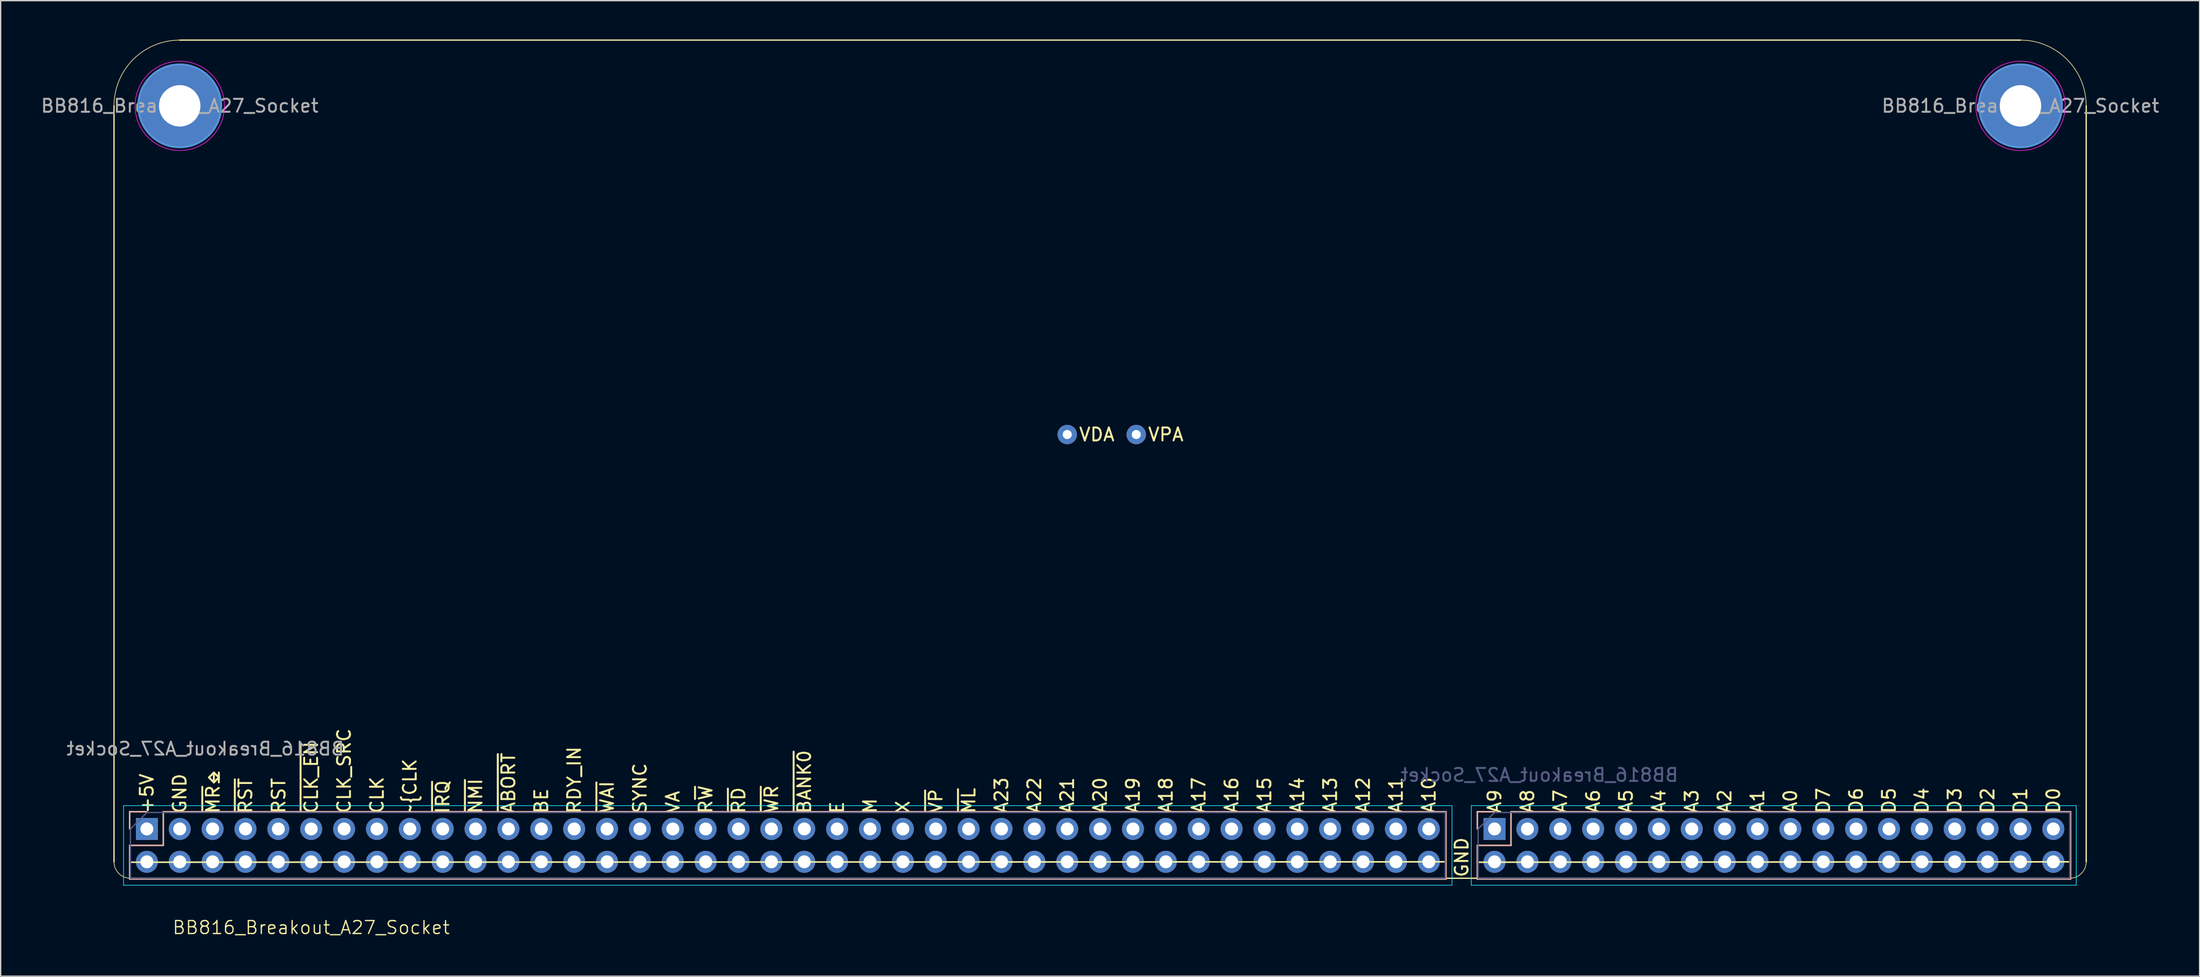
<source format=kicad_pcb>
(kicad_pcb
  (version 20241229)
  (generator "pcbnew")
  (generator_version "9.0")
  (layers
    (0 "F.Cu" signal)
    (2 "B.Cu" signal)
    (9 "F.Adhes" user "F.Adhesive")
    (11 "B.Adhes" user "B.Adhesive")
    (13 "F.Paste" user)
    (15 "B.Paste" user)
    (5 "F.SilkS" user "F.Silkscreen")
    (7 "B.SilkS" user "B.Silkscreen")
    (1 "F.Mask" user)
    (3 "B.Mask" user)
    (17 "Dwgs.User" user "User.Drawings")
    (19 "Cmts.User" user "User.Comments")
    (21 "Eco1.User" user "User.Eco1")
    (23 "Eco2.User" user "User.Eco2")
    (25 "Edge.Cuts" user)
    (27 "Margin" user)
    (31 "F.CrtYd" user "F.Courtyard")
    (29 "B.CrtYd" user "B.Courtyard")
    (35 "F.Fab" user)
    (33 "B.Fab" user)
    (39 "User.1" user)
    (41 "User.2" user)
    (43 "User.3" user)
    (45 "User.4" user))
  (footprint "BB816_Breakout_A27_Socket"
    (layer "F.Cu")
    (at 8.299 63.55)
    (property "Reference" "BB816_Breakout_A27_Socket" (at 12.7 5.08 0) (unlocked yes) (layer "F.SilkS") (effects (font (size 1 1) (thickness 0.1))))
    (attr through_hole)
    (fp_line (start -2.54 0) (end -2.54 -58.42) (stroke (width 0.1) (type solid)) (layer "F.SilkS"))
    (fp_line (start 2.54 -63.5) (end 144.78 -63.5) (stroke (width 0.1) (type solid)) (layer "F.SilkS"))
    (fp_line (start 100.33 0) (end -1.33 0.03) (stroke (width 0.12) (type solid)) (layer "F.SilkS"))
    (fp_line (start 148.59 1.27) (end -1.27 1.27) (stroke (width 0.1) (type solid)) (layer "F.SilkS"))
    (fp_line (start 148.65 0) (end 102.81 0.03) (stroke (width 0.12) (type solid)) (layer "F.SilkS"))
    (fp_line (start 149.86 -58.42) (end 149.86 0) (stroke (width 0.1) (type solid)) (layer "F.SilkS"))
    (fp_arc (start -2.54 -58.42) (mid -1.052102 -62.012102) (end 2.54 -63.5) (stroke (width 0.05) (type solid)) (layer "F.SilkS"))
    (fp_arc (start -1.27 1.27) (mid -2.168026 0.898026) (end -2.54 0) (stroke (width 0.05) (type solid)) (layer "F.SilkS"))
    (fp_arc (start 144.78 -63.5) (mid 148.372102 -62.012102) (end 149.86 -58.42) (stroke (width 0.05) (type solid)) (layer "F.SilkS"))
    (fp_arc (start 149.86 0) (mid 149.488026 0.898026) (end 148.59 1.27) (stroke (width 0.05) (type solid)) (layer "F.SilkS"))
    (fp_line (start -1.33 -3.87) (end -1.33 -2.54) (stroke (width 0.12) (type solid)) (layer "B.SilkS"))
    (fp_line (start -1.33 -1.27) (end -1.33 1.33) (stroke (width 0.12) (type solid)) (layer "B.SilkS"))
    (fp_line (start -1.33 1.33) (end 100.39 1.33) (stroke (width 0.12) (type solid)) (layer "B.SilkS"))
    (fp_line (start 0 -3.87) (end -1.33 -3.87) (stroke (width 0.12) (type solid)) (layer "B.SilkS"))
    (fp_line (start 1.27 -3.87) (end 1.27 -1.27) (stroke (width 0.12) (type solid)) (layer "B.SilkS"))
    (fp_line (start 1.27 -3.87) (end 100.39 -3.87) (stroke (width 0.12) (type solid)) (layer "B.SilkS"))
    (fp_line (start 1.27 -1.27) (end -1.33 -1.27) (stroke (width 0.12) (type solid)) (layer "B.SilkS"))
    (fp_line (start 100.39 -3.87) (end 100.39 1.33) (stroke (width 0.12) (type solid)) (layer "B.SilkS"))
    (fp_line (start 102.81 -3.87) (end 102.81 -2.54) (stroke (width 0.12) (type solid)) (layer "B.SilkS"))
    (fp_line (start 102.81 -1.27) (end 102.81 1.33) (stroke (width 0.12) (type solid)) (layer "B.SilkS"))
    (fp_line (start 102.81 1.33) (end 148.65 1.33) (stroke (width 0.12) (type solid)) (layer "B.SilkS"))
    (fp_line (start 104.14 -3.87) (end 102.81 -3.87) (stroke (width 0.12) (type solid)) (layer "B.SilkS"))
    (fp_line (start 105.41 -3.87) (end 105.41 -1.27) (stroke (width 0.12) (type solid)) (layer "B.SilkS"))
    (fp_line (start 105.41 -3.87) (end 148.65 -3.87) (stroke (width 0.12) (type solid)) (layer "B.SilkS"))
    (fp_line (start 105.41 -1.27) (end 102.81 -1.27) (stroke (width 0.12) (type solid)) (layer "B.SilkS"))
    (fp_line (start 148.65 -3.87) (end 148.65 1.33) (stroke (width 0.12) (type solid)) (layer "B.SilkS"))
    (fp_circle (center 2.54 -58.42) (end 5.74 -58.42) (stroke (width 0.15) (type solid)) (fill no) (layer "Cmts.User"))
    (fp_circle (center 144.78 -58.42) (end 147.98 -58.42) (stroke (width 0.15) (type solid)) (fill no) (layer "Cmts.User"))
    (fp_line (start -1.8 -4.34) (end 100.85 -4.34) (stroke (width 0.05) (type solid)) (layer "B.CrtYd"))
    (fp_line (start -1.8 1.81) (end -1.8 -4.34) (stroke (width 0.05) (type solid)) (layer "B.CrtYd"))
    (fp_line (start 100.85 -4.34) (end 100.85 1.81) (stroke (width 0.05) (type solid)) (layer "B.CrtYd"))
    (fp_line (start 100.85 1.81) (end -1.8 1.81) (stroke (width 0.05) (type solid)) (layer "B.CrtYd"))
    (fp_line (start 102.34 -4.34) (end 149.09 -4.34) (stroke (width 0.05) (type solid)) (layer "B.CrtYd"))
    (fp_line (start 102.34 1.81) (end 102.34 -4.34) (stroke (width 0.05) (type solid)) (layer "B.CrtYd"))
    (fp_line (start 149.09 -4.34) (end 149.09 1.81) (stroke (width 0.05) (type solid)) (layer "B.CrtYd"))
    (fp_line (start 149.09 1.81) (end 102.34 1.81) (stroke (width 0.05) (type solid)) (layer "B.CrtYd"))
    (fp_circle (center 2.54 -58.42) (end 5.99 -58.42) (stroke (width 0.05) (type solid)) (fill no) (layer "F.CrtYd"))
    (fp_circle (center 144.78 -58.42) (end 148.23 -58.42) (stroke (width 0.05) (type solid)) (fill no) (layer "F.CrtYd"))
    (fp_line (start -1.27 -2.54) (end -1.27 1.27) (stroke (width 0.1) (type solid)) (layer "B.Fab"))
    (fp_line (start -1.27 1.27) (end 100.33 1.27) (stroke (width 0.1) (type solid)) (layer "B.Fab"))
    (fp_line (start 0 -3.81) (end -1.27 -2.54) (stroke (width 0.1) (type solid)) (layer "B.Fab"))
    (fp_line (start 100.33 -3.81) (end 0 -3.81) (stroke (width 0.1) (type solid)) (layer "B.Fab"))
    (fp_line (start 100.33 1.27) (end 100.33 -3.81) (stroke (width 0.1) (type solid)) (layer "B.Fab"))
    (fp_line (start 102.87 -2.54) (end 102.87 1.27) (stroke (width 0.1) (type solid)) (layer "B.Fab"))
    (fp_line (start 102.87 1.27) (end 148.59 1.27) (stroke (width 0.1) (type solid)) (layer "B.Fab"))
    (fp_line (start 104.14 -3.81) (end 102.87 -2.54) (stroke (width 0.1) (type solid)) (layer "B.Fab"))
    (fp_line (start 148.59 -3.81) (end 104.14 -3.81) (stroke (width 0.1) (type solid)) (layer "B.Fab"))
    (fp_line (start 148.59 1.27) (end 148.59 -3.81) (stroke (width 0.1) (type solid)) (layer "B.Fab"))
    (fp_text user "A20" (at 73.66 -3.658 90) (unlocked yes) (layer "F.SilkS") (effects (font (size 1 1) (thickness 0.15)) (justify left)))
    (fp_text user "A16" (at 83.82 -3.668 90) (unlocked yes) (layer "F.SilkS") (effects (font (size 1 1) (thickness 0.15)) (justify left)))
    (fp_text user "A3" (at 119.38 -3.668 90) (unlocked yes) (layer "F.SilkS") (effects (font (size 1 1) (thickness 0.15)) (justify left)))
    (fp_text user "~{MR}⎒" (at 5.105 -3.658 90) (unlocked yes) (layer "F.SilkS") (effects (font (size 1 1) (thickness 0.15)) (justify left)))
    (fp_text user "A15" (at 86.36 -3.668 90) (unlocked yes) (layer "F.SilkS") (effects (font (size 1 1) (thickness 0.15)) (justify left)))
    (fp_text user "+5V" (at 0 -3.658 90) (unlocked yes) (layer "F.SilkS") (effects (font (size 1 1) (thickness 0.15)) (justify left)))
    (fp_text user "BE" (at 30.48 -3.658 90) (unlocked yes) (layer "F.SilkS") (effects (font (size 1 1) (thickness 0.15)) (justify left)))
    (fp_text user "~{BANK0}" (at 50.8 -3.658 90) (unlocked yes) (layer "F.SilkS") (effects (font (size 1 1) (thickness 0.15)) (justify left)))
    (fp_text user "A14" (at 88.9 -3.668 90) (unlocked yes) (layer "F.SilkS") (effects (font (size 1 1) (thickness 0.15)) (justify left)))
    (fp_text user "~{RST}" (at 7.62 -3.658 90) (unlocked yes) (layer "F.SilkS") (effects (font (size 1 1) (thickness 0.15)) (justify left)))
    (fp_text user "VA" (at 40.64 -3.658 90) (unlocked yes) (layer "F.SilkS") (effects (font (size 1 1) (thickness 0.15)) (justify left)))
    (fp_text user "A1" (at 124.46 -3.668 90) (unlocked yes) (layer "F.SilkS") (effects (font (size 1 1) (thickness 0.15)) (justify left)))
    (fp_text user "GND" (at 101.6 1.27 90) (unlocked yes) (layer "F.SilkS") (effects (font (size 1 1) (thickness 0.15)) (justify left)))
    (fp_text user "CLK_SRC" (at 15.24 -3.668 90) (unlocked yes) (layer "F.SilkS") (effects (font (size 1 1) (thickness 0.15)) (justify left)))
    (fp_text user "D6" (at 132.08 -3.668 90) (unlocked yes) (layer "F.SilkS") (effects (font (size 1 1) (thickness 0.15)) (justify left)))
    (fp_text user "~{VP}" (at 60.96 -3.658 90) (unlocked yes) (layer "F.SilkS") (effects (font (size 1 1) (thickness 0.15)) (justify left)))
    (fp_text user "D3" (at 139.7 -3.668 90) (unlocked yes) (layer "F.SilkS") (effects (font (size 1 1) (thickness 0.15)) (justify left)))
    (fp_text user "~{WAI}" (at 35.56 -3.658 90) (unlocked yes) (layer "F.SilkS") (effects (font (size 1 1) (thickness 0.15)) (justify left)))
    (fp_text user "A8" (at 106.68 -3.668 90) (unlocked yes) (layer "F.SilkS") (effects (font (size 1 1) (thickness 0.15)) (justify left)))
    (fp_text user "A19" (at 76.2 -3.658 90) (unlocked yes) (layer "F.SilkS") (effects (font (size 1 1) (thickness 0.15)) (justify left)))
    (fp_text user "~{NMI}" (at 25.4 -3.658 90) (unlocked yes) (layer "F.SilkS") (effects (font (size 1 1) (thickness 0.15)) (justify left)))
    (fp_text user "~{CLK" (at 20.32 -3.658 90) (unlocked yes) (layer "F.SilkS") (effects (font (size 1 1) (thickness 0.15)) (justify left)))
    (fp_text user "X" (at 58.42 -3.658 90) (unlocked yes) (layer "F.SilkS") (effects (font (size 1 1) (thickness 0.15)) (justify left)))
    (fp_text user "VPA" (at 78.74 -33.02 0) (unlocked yes) (layer "F.SilkS") (effects (font (size 1 1) (thickness 0.15))))
    (fp_text user "A13" (at 91.44 -3.668 90) (unlocked yes) (layer "F.SilkS") (effects (font (size 1 1) (thickness 0.15)) (justify left)))
    (fp_text user "D7" (at 129.54 -3.668 90) (unlocked yes) (layer "F.SilkS") (effects (font (size 1 1) (thickness 0.15)) (justify left)))
    (fp_text user "A11" (at 96.52 -3.668 90) (unlocked yes) (layer "F.SilkS") (effects (font (size 1 1) (thickness 0.15)) (justify left)))
    (fp_text user "A5" (at 114.3 -3.668 90) (unlocked yes) (layer "F.SilkS") (effects (font (size 1 1) (thickness 0.15)) (justify left)))
    (fp_text user "A23" (at 66.04 -3.658 90) (unlocked yes) (layer "F.SilkS") (effects (font (size 1 1) (thickness 0.15)) (justify left)))
    (fp_text user "A2" (at 121.92 -3.668 90) (unlocked yes) (layer "F.SilkS") (effects (font (size 1 1) (thickness 0.15)) (justify left)))
    (fp_text user "A7" (at 109.22 -3.668 90) (unlocked yes) (layer "F.SilkS") (effects (font (size 1 1) (thickness 0.15)) (justify left)))
    (fp_text user "D0" (at 147.32 -3.668 90) (unlocked yes) (layer "F.SilkS") (effects (font (size 1 1) (thickness 0.15)) (justify left)))
    (fp_text user "RDY_IN" (at 33.02 -3.658 90) (unlocked yes) (layer "F.SilkS") (effects (font (size 1 1) (thickness 0.15)) (justify left)))
    (fp_text user "A6" (at 111.76 -3.668 90) (unlocked yes) (layer "F.SilkS") (effects (font (size 1 1) (thickness 0.15)) (justify left)))
    (fp_text user "A4" (at 116.84 -3.668 90) (unlocked yes) (layer "F.SilkS") (effects (font (size 1 1) (thickness 0.15)) (justify left)))
    (fp_text user "CLK" (at 17.78 -3.658 90) (unlocked yes) (layer "F.SilkS") (effects (font (size 1 1) (thickness 0.15)) (justify left)))
    (fp_text user "~{RD}" (at 45.72 -3.658 90) (unlocked yes) (layer "F.SilkS") (effects (font (size 1 1) (thickness 0.15)) (justify left)))
    (fp_text user "GND" (at 2.54 -3.658 90) (unlocked yes) (layer "F.SilkS") (effects (font (size 1 1) (thickness 0.15)) (justify left)))
    (fp_text user "M" (at 55.88 -3.658 90) (unlocked yes) (layer "F.SilkS") (effects (font (size 1 1) (thickness 0.15)) (justify left)))
    (fp_text user "A18" (at 78.74 -3.658 90) (unlocked yes) (layer "F.SilkS") (effects (font (size 1 1) (thickness 0.15)) (justify left)))
    (fp_text user "A0" (at 127 -3.668 90) (unlocked yes) (layer "F.SilkS") (effects (font (size 1 1) (thickness 0.15)) (justify left)))
    (fp_text user "A21" (at 71.12 -3.658 90) (unlocked yes) (layer "F.SilkS") (effects (font (size 1 1) (thickness 0.15)) (justify left)))
    (fp_text user "A22" (at 68.58 -3.658 90) (unlocked yes) (layer "F.SilkS") (effects (font (size 1 1) (thickness 0.15)) (justify left)))
    (fp_text user "VDA" (at 73.406 -33.02 0) (unlocked yes) (layer "F.SilkS") (effects (font (size 1 1) (thickness 0.15))))
    (fp_text user "SYNC" (at 38.1 -3.658 90) (unlocked yes) (layer "F.SilkS") (effects (font (size 1 1) (thickness 0.15)) (justify left)))
    (fp_text user "A10" (at 99.06 -3.668 90) (unlocked yes) (layer "F.SilkS") (effects (font (size 1 1) (thickness 0.15)) (justify left)))
    (fp_text user "D1\n" (at 144.78 -3.668 90) (unlocked yes) (layer "F.SilkS") (effects (font (size 1 1) (thickness 0.15)) (justify left)))
    (fp_text user "~{ABORT}" (at 27.94 -3.658 90) (unlocked yes) (layer "F.SilkS") (effects (font (size 1 1) (thickness 0.15)) (justify left)))
    (fp_text user "R~{W}" (at 43.18 -3.658 90) (unlocked yes) (layer "F.SilkS") (effects (font (size 1 1) (thickness 0.15)) (justify left)))
    (fp_text user "D5" (at 134.62 -3.668 90) (unlocked yes) (layer "F.SilkS") (effects (font (size 1 1) (thickness 0.15)) (justify left)))
    (fp_text user "D4" (at 137.16 -3.668 90) (unlocked yes) (layer "F.SilkS") (effects (font (size 1 1) (thickness 0.15)) (justify left)))
    (fp_text user "D2" (at 142.24 -3.668 90) (unlocked yes) (layer "F.SilkS") (effects (font (size 1 1) (thickness 0.15)) (justify left)))
    (fp_text user "A17" (at 81.28 -3.668 90) (unlocked yes) (layer "F.SilkS") (effects (font (size 1 1) (thickness 0.15)) (justify left)))
    (fp_text user "~{IRQ}" (at 22.86 -3.658 90) (unlocked yes) (layer "F.SilkS") (effects (font (size 1 1) (thickness 0.15)) (justify left)))
    (fp_text user "A12" (at 93.98 -3.668 90) (unlocked yes) (layer "F.SilkS") (effects (font (size 1 1) (thickness 0.15)) (justify left)))
    (fp_text user "~{CLK_EN}" (at 12.7 -3.658 90) (unlocked yes) (layer "F.SilkS") (effects (font (size 1 1) (thickness 0.15)) (justify left)))
    (fp_text user "A9" (at 104.14 -3.668 90) (unlocked yes) (layer "F.SilkS") (effects (font (size 1 1) (thickness 0.15)) (justify left)))
    (fp_text user "E" (at 53.34 -3.658 90) (unlocked yes) (layer "F.SilkS") (effects (font (size 1 1) (thickness 0.15)) (justify left)))
    (fp_text user "~{WR}" (at 48.26 -3.658 90) (unlocked yes) (layer "F.SilkS") (effects (font (size 1 1) (thickness 0.15)) (justify left)))
    (fp_text user "~{ML}" (at 63.5 -3.658 90) (unlocked yes) (layer "F.SilkS") (effects (font (size 1 1) (thickness 0.15)) (justify left)))
    (fp_text user "RST" (at 10.185 -3.658 90) (unlocked yes) (layer "F.SilkS") (effects (font (size 1 1) (thickness 0.15)) (justify left)))
    (fp_text user "${REFERENCE}" (at 107.61 -6.71 0) (layer "B.Fab") (effects (font (size 1 1) (thickness 0.15)) (justify mirror)))
    (fp_text user "${REFERENCE}" (at 4.52 -8.74 0) (unlocked yes) (layer "F.Fab") (effects (font (size 1 1) (thickness 0.15)) (justify mirror)))
    (fp_text user "${REFERENCE}" (at 144.78 -58.42 0) (layer "F.Fab") (effects (font (size 1 1) (thickness 0.15))))
    (fp_text user "${REFERENCE}" (at 2.54 -58.42 0) (layer "F.Fab") (effects (font (size 1 1) (thickness 0.15))))
    (pad "a1" thru_hole oval (at 0 0 270) (size 1.7 1.7) (drill 1) (layers "*.Cu" "*.Mask"))
    (pad "a2" thru_hole oval (at 2.54 0 270) (size 1.7 1.7) (drill 1) (layers "*.Cu" "*.Mask"))
    (pad "a3" thru_hole oval (at 5.08 0 270) (size 1.7 1.7) (drill 1) (layers "*.Cu" "*.Mask"))
    (pad "a4" thru_hole oval (at 7.62 0 270) (size 1.7 1.7) (drill 1) (layers "*.Cu" "*.Mask"))
    (pad "a5" thru_hole oval (at 10.16 0 270) (size 1.7 1.7) (drill 1) (layers "*.Cu" "*.Mask"))
    (pad "a6" thru_hole oval (at 12.7 0 270) (size 1.7 1.7) (drill 1) (layers "*.Cu" "*.Mask"))
    (pad "a7" thru_hole oval (at 15.24 0 270) (size 1.7 1.7) (drill 1) (layers "*.Cu" "*.Mask"))
    (pad "a8" thru_hole oval (at 17.78 0 270) (size 1.7 1.7) (drill 1) (layers "*.Cu" "*.Mask"))
    (pad "a9" thru_hole oval (at 20.32 0 270) (size 1.7 1.7) (drill 1) (layers "*.Cu" "*.Mask"))
    (pad "a10" thru_hole oval (at 22.86 0 270) (size 1.7 1.7) (drill 1) (layers "*.Cu" "*.Mask"))
    (pad "a11" thru_hole oval (at 25.4 0 270) (size 1.7 1.7) (drill 1) (layers "*.Cu" "*.Mask"))
    (pad "a12" thru_hole oval (at 27.94 0 270) (size 1.7 1.7) (drill 1) (layers "*.Cu" "*.Mask"))
    (pad "a13" thru_hole oval (at 30.48 0 270) (size 1.7 1.7) (drill 1) (layers "*.Cu" "*.Mask"))
    (pad "a14" thru_hole oval (at 33.02 0 270) (size 1.7 1.7) (drill 1) (layers "*.Cu" "*.Mask"))
    (pad "a15" thru_hole oval (at 35.56 0 270) (size 1.7 1.7) (drill 1) (layers "*.Cu" "*.Mask"))
    (pad "a16" thru_hole oval (at 38.1 0 270) (size 1.7 1.7) (drill 1) (layers "*.Cu" "*.Mask"))
    (pad "a17" thru_hole oval (at 40.64 0 270) (size 1.7 1.7) (drill 1) (layers "*.Cu" "*.Mask"))
    (pad "a18" thru_hole oval (at 43.18 0 270) (size 1.7 1.7) (drill 1) (layers "*.Cu" "*.Mask"))
    (pad "a19" thru_hole oval (at 45.72 0 270) (size 1.7 1.7) (drill 1) (layers "*.Cu" "*.Mask"))
    (pad "a20" thru_hole oval (at 48.26 0 270) (size 1.7 1.7) (drill 1) (layers "*.Cu" "*.Mask"))
    (pad "a21" thru_hole oval (at 50.8 0 270) (size 1.7 1.7) (drill 1) (layers "*.Cu" "*.Mask"))
    (pad "a22" thru_hole oval (at 53.34 0 270) (size 1.7 1.7) (drill 1) (layers "*.Cu" "*.Mask"))
    (pad "a23" thru_hole oval (at 55.88 0 270) (size 1.7 1.7) (drill 1) (layers "*.Cu" "*.Mask"))
    (pad "a24" thru_hole oval (at 58.42 0 270) (size 1.7 1.7) (drill 1) (layers "*.Cu" "*.Mask"))
    (pad "a25" thru_hole oval (at 60.96 0 270) (size 1.7 1.7) (drill 1) (layers "*.Cu" "*.Mask"))
    (pad "a26" thru_hole oval (at 63.5 0 270) (size 1.7 1.7) (drill 1) (layers "*.Cu" "*.Mask"))
    (pad "a27" thru_hole oval (at 66.04 0 270) (size 1.7 1.7) (drill 1) (layers "*.Cu" "*.Mask"))
    (pad "a28" thru_hole oval (at 68.58 0 270) (size 1.7 1.7) (drill 1) (layers "*.Cu" "*.Mask"))
    (pad "a29" thru_hole oval (at 71.12 0 270) (size 1.7 1.7) (drill 1) (layers "*.Cu" "*.Mask"))
    (pad "a30" thru_hole oval (at 73.66 0 270) (size 1.7 1.7) (drill 1) (layers "*.Cu" "*.Mask"))
    (pad "a31" thru_hole oval (at 76.2 0 270) (size 1.7 1.7) (drill 1) (layers "*.Cu" "*.Mask"))
    (pad "a32" thru_hole oval (at 78.74 0 270) (size 1.7 1.7) (drill 1) (layers "*.Cu" "*.Mask"))
    (pad "a33" thru_hole oval (at 81.28 0 270) (size 1.7 1.7) (drill 1) (layers "*.Cu" "*.Mask"))
    (pad "a34" thru_hole oval (at 83.82 0 270) (size 1.7 1.7) (drill 1) (layers "*.Cu" "*.Mask"))
    (pad "a35" thru_hole oval (at 86.36 0 270) (size 1.7 1.7) (drill 1) (layers "*.Cu" "*.Mask"))
    (pad "a36" thru_hole oval (at 88.9 0 270) (size 1.7 1.7) (drill 1) (layers "*.Cu" "*.Mask"))
    (pad "a37" thru_hole oval (at 91.44 0 270) (size 1.7 1.7) (drill 1) (layers "*.Cu" "*.Mask"))
    (pad "a38" thru_hole oval (at 93.98 0 270) (size 1.7 1.7) (drill 1) (layers "*.Cu" "*.Mask"))
    (pad "a39" thru_hole oval (at 96.52 0 270) (size 1.7 1.7) (drill 1) (layers "*.Cu" "*.Mask"))
    (pad "a40" thru_hole oval (at 99.06 0 270) (size 1.7 1.7) (drill 1) (layers "*.Cu" "*.Mask"))
    (pad "a41" thru_hole oval (at 104.14 0 270) (size 1.7 1.7) (drill 1) (layers "*.Cu" "*.Mask"))
    (pad "a42" thru_hole oval (at 106.68 0 270) (size 1.7 1.7) (drill 1) (layers "*.Cu" "*.Mask"))
    (pad "a43" thru_hole oval (at 109.22 0 270) (size 1.7 1.7) (drill 1) (layers "*.Cu" "*.Mask"))
    (pad "a44" thru_hole oval (at 111.76 0 270) (size 1.7 1.7) (drill 1) (layers "*.Cu" "*.Mask"))
    (pad "a45" thru_hole oval (at 114.3 0 270) (size 1.7 1.7) (drill 1) (layers "*.Cu" "*.Mask"))
    (pad "a46" thru_hole oval (at 116.84 0 270) (size 1.7 1.7) (drill 1) (layers "*.Cu" "*.Mask"))
    (pad "a47" thru_hole oval (at 119.38 0 270) (size 1.7 1.7) (drill 1) (layers "*.Cu" "*.Mask"))
    (pad "a48" thru_hole oval (at 121.92 0 270) (size 1.7 1.7) (drill 1) (layers "*.Cu" "*.Mask"))
    (pad "a49" thru_hole oval (at 124.46 0 270) (size 1.7 1.7) (drill 1) (layers "*.Cu" "*.Mask"))
    (pad "a50" thru_hole oval (at 127 0 270) (size 1.7 1.7) (drill 1) (layers "*.Cu" "*.Mask"))
    (pad "a51" thru_hole oval (at 129.54 0 270) (size 1.7 1.7) (drill 1) (layers "*.Cu" "*.Mask"))
    (pad "a52" thru_hole oval (at 132.08 0 270) (size 1.7 1.7) (drill 1) (layers "*.Cu" "*.Mask"))
    (pad "a53" thru_hole oval (at 134.62 0 270) (size 1.7 1.7) (drill 1) (layers "*.Cu" "*.Mask"))
    (pad "a54" thru_hole oval (at 137.16 0 270) (size 1.7 1.7) (drill 1) (layers "*.Cu" "*.Mask"))
    (pad "a55" thru_hole oval (at 139.7 0 270) (size 1.7 1.7) (drill 1) (layers "*.Cu" "*.Mask"))
    (pad "a56" thru_hole oval (at 142.24 0 270) (size 1.7 1.7) (drill 1) (layers "*.Cu" "*.Mask"))
    (pad "a57" thru_hole oval (at 144.78 0 270) (size 1.7 1.7) (drill 1) (layers "*.Cu" "*.Mask"))
    (pad "a58" thru_hole oval (at 147.32 0 270) (size 1.7 1.7) (drill 1) (layers "*.Cu" "*.Mask"))
    (pad "b1" thru_hole rect (at 0 -2.54 270) (size 1.7 1.7) (drill 1) (layers "*.Cu" "*.Mask"))
    (pad "b2" thru_hole oval (at 2.54 -2.54 270) (size 1.7 1.7) (drill 1) (layers "*.Cu" "*.Mask"))
    (pad "b3" thru_hole oval (at 5.08 -2.54 270) (size 1.7 1.7) (drill 1) (layers "*.Cu" "*.Mask"))
    (pad "b4" thru_hole oval (at 7.62 -2.54 270) (size 1.7 1.7) (drill 1) (layers "*.Cu" "*.Mask"))
    (pad "b5" thru_hole oval (at 10.16 -2.54 270) (size 1.7 1.7) (drill 1) (layers "*.Cu" "*.Mask"))
    (pad "b6" thru_hole oval (at 12.7 -2.54 270) (size 1.7 1.7) (drill 1) (layers "*.Cu" "*.Mask"))
    (pad "b7" thru_hole oval (at 15.24 -2.54 270) (size 1.7 1.7) (drill 1) (layers "*.Cu" "*.Mask"))
    (pad "b8" thru_hole oval (at 17.78 -2.54 270) (size 1.7 1.7) (drill 1) (layers "*.Cu" "*.Mask"))
    (pad "b9" thru_hole oval (at 20.32 -2.54 270) (size 1.7 1.7) (drill 1) (layers "*.Cu" "*.Mask"))
    (pad "b10" thru_hole oval (at 22.86 -2.54 270) (size 1.7 1.7) (drill 1) (layers "*.Cu" "*.Mask"))
    (pad "b11" thru_hole oval (at 25.4 -2.54 270) (size 1.7 1.7) (drill 1) (layers "*.Cu" "*.Mask"))
    (pad "b12" thru_hole oval (at 27.94 -2.54 270) (size 1.7 1.7) (drill 1) (layers "*.Cu" "*.Mask"))
    (pad "b13" thru_hole oval (at 30.48 -2.54 270) (size 1.7 1.7) (drill 1) (layers "*.Cu" "*.Mask"))
    (pad "b14" thru_hole oval (at 33.02 -2.54 270) (size 1.7 1.7) (drill 1) (layers "*.Cu" "*.Mask"))
    (pad "b15" thru_hole oval (at 35.56 -2.54 270) (size 1.7 1.7) (drill 1) (layers "*.Cu" "*.Mask"))
    (pad "b16" thru_hole oval (at 38.1 -2.54 270) (size 1.7 1.7) (drill 1) (layers "*.Cu" "*.Mask"))
    (pad "b17" thru_hole oval (at 40.64 -2.54 270) (size 1.7 1.7) (drill 1) (layers "*.Cu" "*.Mask"))
    (pad "b18" thru_hole oval (at 43.18 -2.54 270) (size 1.7 1.7) (drill 1) (layers "*.Cu" "*.Mask"))
    (pad "b19" thru_hole oval (at 45.72 -2.54 270) (size 1.7 1.7) (drill 1) (layers "*.Cu" "*.Mask"))
    (pad "b20" thru_hole oval (at 48.26 -2.54 270) (size 1.7 1.7) (drill 1) (layers "*.Cu" "*.Mask"))
    (pad "b21" thru_hole oval (at 50.8 -2.54 270) (size 1.7 1.7) (drill 1) (layers "*.Cu" "*.Mask"))
    (pad "b22" thru_hole oval (at 53.34 -2.54 270) (size 1.7 1.7) (drill 1) (layers "*.Cu" "*.Mask"))
    (pad "b23" thru_hole oval (at 55.88 -2.54 270) (size 1.7 1.7) (drill 1) (layers "*.Cu" "*.Mask"))
    (pad "b24" thru_hole oval (at 58.42 -2.54 270) (size 1.7 1.7) (drill 1) (layers "*.Cu" "*.Mask"))
    (pad "b25" thru_hole oval (at 60.96 -2.54 270) (size 1.7 1.7) (drill 1) (layers "*.Cu" "*.Mask"))
    (pad "b26" thru_hole oval (at 63.5 -2.54 270) (size 1.7 1.7) (drill 1) (layers "*.Cu" "*.Mask"))
    (pad "b27" thru_hole oval (at 66.04 -2.54 270) (size 1.7 1.7) (drill 1) (layers "*.Cu" "*.Mask"))
    (pad "b28" thru_hole oval (at 68.58 -2.54 270) (size 1.7 1.7) (drill 1) (layers "*.Cu" "*.Mask"))
    (pad "b29" thru_hole oval (at 71.12 -2.54 270) (size 1.7 1.7) (drill 1) (layers "*.Cu" "*.Mask"))
    (pad "b30" thru_hole oval (at 73.66 -2.54 270) (size 1.7 1.7) (drill 1) (layers "*.Cu" "*.Mask"))
    (pad "b31" thru_hole oval (at 76.2 -2.54 270) (size 1.7 1.7) (drill 1) (layers "*.Cu" "*.Mask"))
    (pad "b32" thru_hole oval (at 78.74 -2.54 270) (size 1.7 1.7) (drill 1) (layers "*.Cu" "*.Mask"))
    (pad "b33" thru_hole oval (at 81.28 -2.54 270) (size 1.7 1.7) (drill 1) (layers "*.Cu" "*.Mask"))
    (pad "b34" thru_hole oval (at 83.82 -2.54 270) (size 1.7 1.7) (drill 1) (layers "*.Cu" "*.Mask"))
    (pad "b35" thru_hole oval (at 86.36 -2.54 270) (size 1.7 1.7) (drill 1) (layers "*.Cu" "*.Mask"))
    (pad "b36" thru_hole oval (at 88.9 -2.54 270) (size 1.7 1.7) (drill 1) (layers "*.Cu" "*.Mask"))
    (pad "b37" thru_hole oval (at 91.44 -2.54 270) (size 1.7 1.7) (drill 1) (layers "*.Cu" "*.Mask"))
    (pad "b38" thru_hole oval (at 93.98 -2.54 270) (size 1.7 1.7) (drill 1) (layers "*.Cu" "*.Mask"))
    (pad "b39" thru_hole oval (at 96.52 -2.54 270) (size 1.7 1.7) (drill 1) (layers "*.Cu" "*.Mask"))
    (pad "b40" thru_hole oval (at 99.06 -2.54 270) (size 1.7 1.7) (drill 1) (layers "*.Cu" "*.Mask"))
    (pad "b41" thru_hole rect (at 104.14 -2.54 270) (size 1.7 1.7) (drill 1) (layers "*.Cu" "*.Mask"))
    (pad "b42" thru_hole oval (at 106.68 -2.54 270) (size 1.7 1.7) (drill 1) (layers "*.Cu" "*.Mask"))
    (pad "b43" thru_hole oval (at 109.22 -2.54 270) (size 1.7 1.7) (drill 1) (layers "*.Cu" "*.Mask"))
    (pad "b44" thru_hole oval (at 111.76 -2.54 270) (size 1.7 1.7) (drill 1) (layers "*.Cu" "*.Mask"))
    (pad "b45" thru_hole oval (at 114.3 -2.54 270) (size 1.7 1.7) (drill 1) (layers "*.Cu" "*.Mask"))
    (pad "b46" thru_hole oval (at 116.84 -2.54 270) (size 1.7 1.7) (drill 1) (layers "*.Cu" "*.Mask"))
    (pad "b47" thru_hole oval (at 119.38 -2.54 270) (size 1.7 1.7) (drill 1) (layers "*.Cu" "*.Mask"))
    (pad "b48" thru_hole oval (at 121.92 -2.54 270) (size 1.7 1.7) (drill 1) (layers "*.Cu" "*.Mask"))
    (pad "b49" thru_hole oval (at 124.46 -2.54 270) (size 1.7 1.7) (drill 1) (layers "*.Cu" "*.Mask"))
    (pad "b50" thru_hole oval (at 127 -2.54 270) (size 1.7 1.7) (drill 1) (layers "*.Cu" "*.Mask"))
    (pad "b51" thru_hole oval (at 129.54 -2.54 270) (size 1.7 1.7) (drill 1) (layers "*.Cu" "*.Mask"))
    (pad "b52" thru_hole oval (at 132.08 -2.54 270) (size 1.7 1.7) (drill 1) (layers "*.Cu" "*.Mask"))
    (pad "b53" thru_hole oval (at 134.62 -2.54 270) (size 1.7 1.7) (drill 1) (layers "*.Cu" "*.Mask"))
    (pad "b54" thru_hole oval (at 137.16 -2.54 270) (size 1.7 1.7) (drill 1) (layers "*.Cu" "*.Mask"))
    (pad "b55" thru_hole oval (at 139.7 -2.54 270) (size 1.7 1.7) (drill 1) (layers "*.Cu" "*.Mask"))
    (pad "b56" thru_hole oval (at 142.24 -2.54 270) (size 1.7 1.7) (drill 1) (layers "*.Cu" "*.Mask"))
    (pad "b57" thru_hole oval (at 144.78 -2.54 270) (size 1.7 1.7) (drill 1) (layers "*.Cu" "*.Mask"))
    (pad "b58" thru_hole oval (at 147.32 -2.54 270) (size 1.7 1.7) (drill 1) (layers "*.Cu" "*.Mask"))
    (pad "mh1" thru_hole circle (at 2.54 -58.42) (size 6.4 6.4) (drill 3.2) (layers "*.Cu" "*.Mask"))
    (pad "mh2" thru_hole circle (at 144.78 -58.42) (size 6.4 6.4) (drill 3.2) (layers "*.Cu" "*.Mask"))
    (pad "vda" thru_hole circle (at 71.12 -33.02) (size 1.5 1.5) (drill 0.7) (layers "*.Cu" "*.Mask"))
    (pad "vpa" thru_hole circle (at 76.454 -33.02) (size 1.5 1.5) (drill 0.7) (layers "*.Cu" "*.Mask")))
  (gr_rect
    (start -3 -3)
    (end 166.919 72.391)
    (stroke (width 0.1) (type default))
    (fill no)
    (layer "Edge.Cuts")))
</source>
